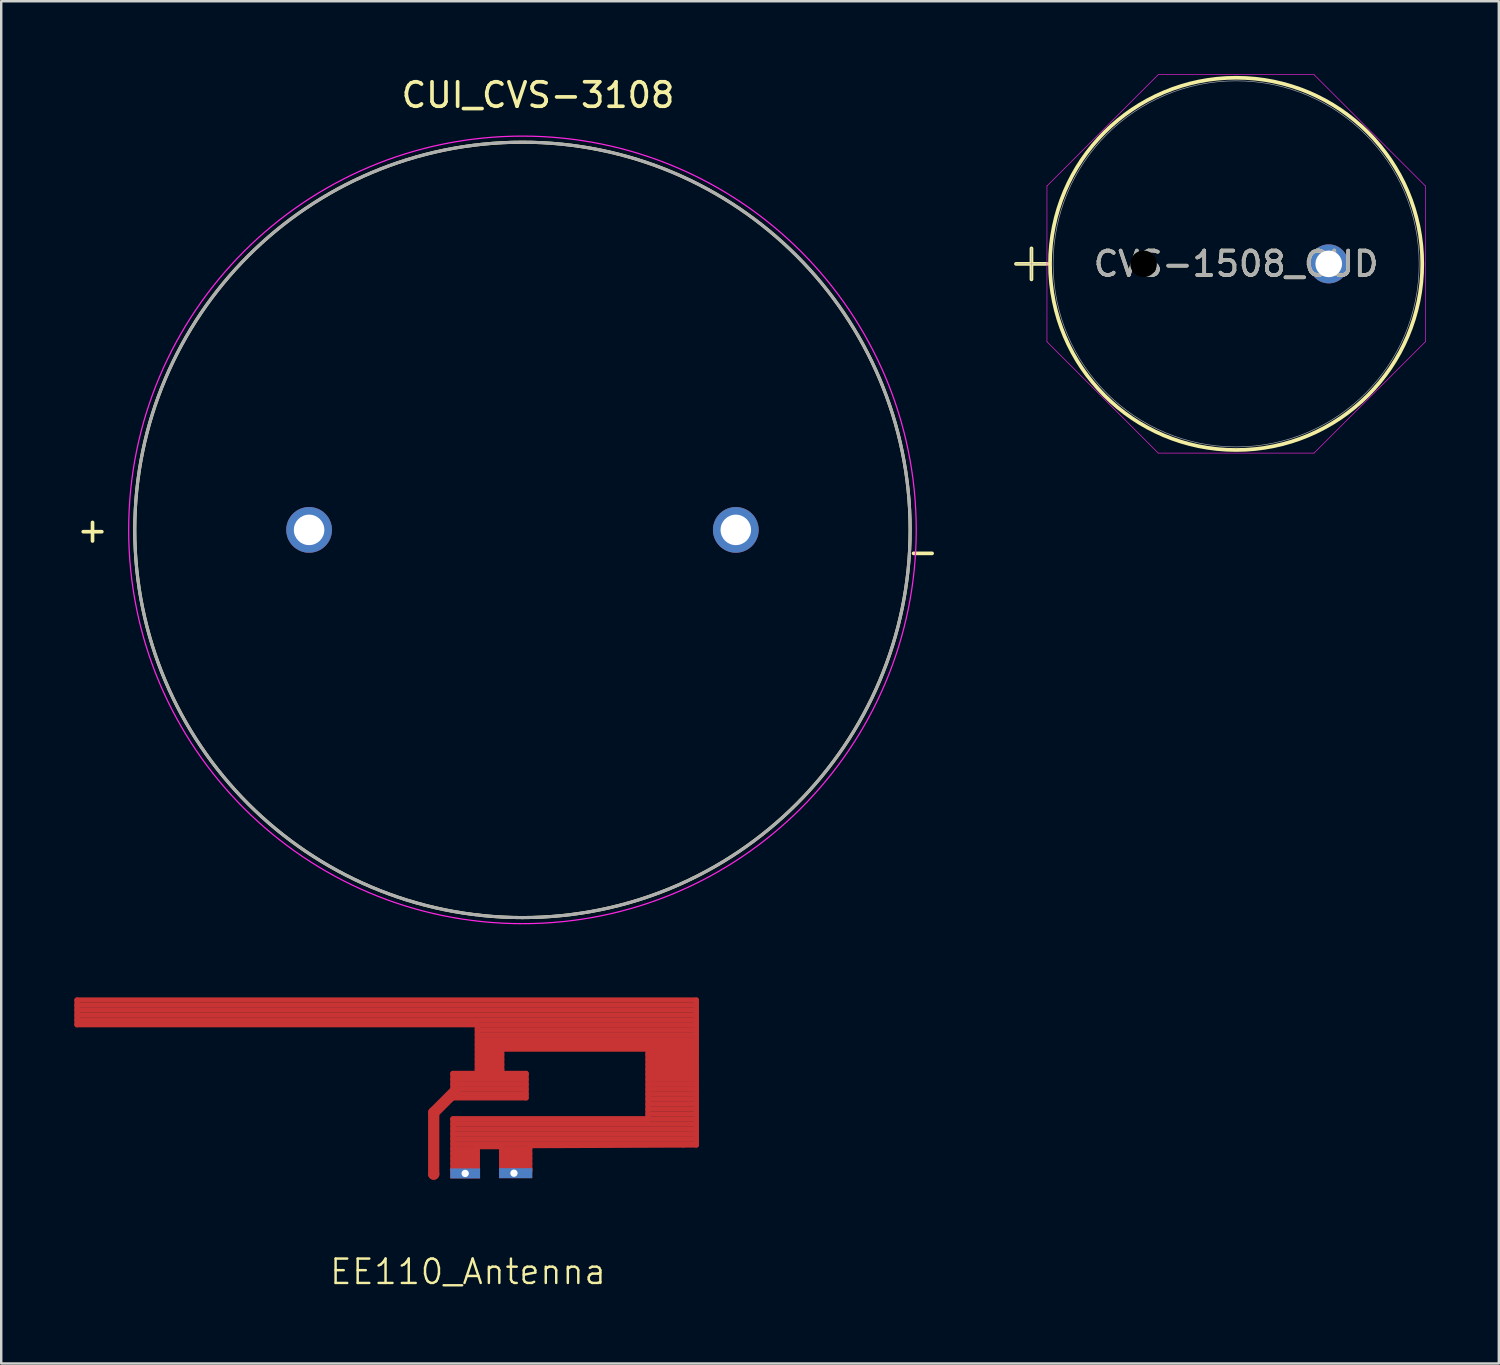
<source format=kicad_pcb>
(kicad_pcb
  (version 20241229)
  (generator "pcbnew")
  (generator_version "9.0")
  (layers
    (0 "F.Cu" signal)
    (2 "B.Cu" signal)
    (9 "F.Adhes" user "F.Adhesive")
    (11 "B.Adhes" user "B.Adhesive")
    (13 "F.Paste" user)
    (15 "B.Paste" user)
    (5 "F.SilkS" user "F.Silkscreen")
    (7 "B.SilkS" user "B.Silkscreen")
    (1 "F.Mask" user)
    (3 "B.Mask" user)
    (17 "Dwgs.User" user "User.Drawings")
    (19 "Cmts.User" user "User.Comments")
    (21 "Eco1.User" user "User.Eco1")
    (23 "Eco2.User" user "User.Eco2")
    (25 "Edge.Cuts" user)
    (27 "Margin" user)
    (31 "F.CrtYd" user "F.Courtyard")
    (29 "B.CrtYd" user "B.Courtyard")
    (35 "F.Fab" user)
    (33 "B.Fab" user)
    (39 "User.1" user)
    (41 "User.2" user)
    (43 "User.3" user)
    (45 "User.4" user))
  (footprint "CVS-1508_CUD"
    (layer "F.Cu")
    (at 43.85 7.772)
    (property "Reference" "CVS-1508_CUD" (at 3.797 0 0) (unlocked yes) (layer "F.SilkS") (effects (font (size 1 1) (thickness 0.15))))
    (attr through_hole)
    (fp_line (start -5.232 0) (end -3.962 0) (stroke (width 0.152) (type solid)) (layer "F.SilkS"))
    (fp_line (start -4.597 -0.635) (end -4.597 0.635) (stroke (width 0.152) (type solid)) (layer "F.SilkS"))
    (fp_circle (center 3.797 0) (end 11.43 0) (stroke (width 0.152) (type solid)) (fill no) (layer "F.SilkS"))
    (fp_line (start -3.962 -3.195) (end 0.602 -7.76) (stroke (width 0.025) (type solid)) (layer "F.CrtYd"))
    (fp_line (start -3.962 3.195) (end -3.962 -3.195) (stroke (width 0.025) (type solid)) (layer "F.CrtYd"))
    (fp_line (start 0.602 -7.76) (end 6.992 -7.76) (stroke (width 0.025) (type solid)) (layer "F.CrtYd"))
    (fp_line (start 0.602 7.76) (end -3.962 3.195) (stroke (width 0.025) (type solid)) (layer "F.CrtYd"))
    (fp_line (start 6.992 -7.76) (end 11.557 -3.195) (stroke (width 0.025) (type solid)) (layer "F.CrtYd"))
    (fp_line (start 6.992 7.76) (end 0.602 7.76) (stroke (width 0.025) (type solid)) (layer "F.CrtYd"))
    (fp_line (start 11.557 -3.195) (end 11.557 3.195) (stroke (width 0.025) (type solid)) (layer "F.CrtYd"))
    (fp_line (start 11.557 3.195) (end 6.992 7.76) (stroke (width 0.025) (type solid)) (layer "F.CrtYd"))
    (fp_line (start -5.232 0) (end -3.962 0) (stroke (width 0.025) (type solid)) (layer "F.Fab"))
    (fp_line (start -4.597 -0.635) (end -4.597 0.635) (stroke (width 0.025) (type solid)) (layer "F.Fab"))
    (fp_circle (center 3.797 0) (end 11.303 0) (stroke (width 0.025) (type solid)) (fill no) (layer "F.Fab"))
    (fp_text user "${REFERENCE}" (at 3.797 0 0) (unlocked yes) (layer "F.Fab") (effects (font (size 1 1) (thickness 0.15))))
    (pad "" np_thru_hole rect (at 0 0) (size 1.6 1.6) (drill 1.092) (layers))
    (pad "2" thru_hole circle (at 7.595 0) (size 1.6 1.6) (drill 1.092) (layers "*.Cu" "*.Mask")))
  (footprint "EE110_Antenna"
    (layer "F.Cu")
    (at 16.408 45.465)
    (property "Reference" "EE110_Antenna" (at -0.265 3.644 0) (unlocked yes) (layer "F.SilkS") (effects (font (size 1 1) (thickness 0.1))))
    (attr smd)
    (fp_line (start -16.3 -7.5) (end -16.3 -6.49) (stroke (width 0.216) (type default)) (layer "F.Cu"))
    (fp_line (start -16.3 -6.49) (end 0.118 -6.49) (stroke (width 0.216) (type default)) (layer "F.Cu"))
    (fp_line (start -1.67 -2.884) (end -0.816 -3.738) (stroke (width 0.46) (type default)) (layer "F.Cu"))
    (fp_line (start -1.67 -0.363) (end -1.67 -2.884) (stroke (width 0.46) (type default)) (layer "F.Cu"))
    (fp_line (start -0.882 -4.49) (end -0.882 -3.49) (stroke (width 0.216) (type default)) (layer "F.Cu"))
    (fp_line (start -0.882 -3.49) (end 2.118 -3.49) (stroke (width 0.216) (type default)) (layer "F.Cu"))
    (fp_line (start -0.882 -2.623) (end -0.882 -0.49) (stroke (width 0.216) (type default)) (layer "F.Cu"))
    (fp_line (start -0.882 -0.49) (end 0.118 -0.49) (stroke (width 0.216) (type default)) (layer "F.Cu"))
    (fp_line (start 0.118 -6.49) (end 0.118 -4.49) (stroke (width 0.216) (type default)) (layer "F.Cu"))
    (fp_line (start 0.118 -4.49) (end -0.882 -4.49) (stroke (width 0.216) (type default)) (layer "F.Cu"))
    (fp_line (start 0.118 -1.49) (end 1.118 -1.49) (stroke (width 0.216) (type default)) (layer "F.Cu"))
    (fp_line (start 0.118 -1.404) (end -0.882 -1.404) (stroke (width 0.216) (type default)) (layer "F.Cu"))
    (fp_line (start 0.118 -1.201) (end -0.882 -1.201) (stroke (width 0.216) (type default)) (layer "F.Cu"))
    (fp_line (start 0.118 -0.998) (end -0.882 -0.998) (stroke (width 0.216) (type default)) (layer "F.Cu"))
    (fp_line (start 0.118 -0.794) (end -0.882 -0.794) (stroke (width 0.216) (type default)) (layer "F.Cu"))
    (fp_line (start 0.118 -0.591) (end -0.882 -0.591) (stroke (width 0.216) (type default)) (layer "F.Cu"))
    (fp_line (start 0.118 -0.49) (end 0.118 -1.49) (stroke (width 0.216) (type default)) (layer "F.Cu"))
    (fp_line (start 1.118 -5.49) (end 7.118 -5.49) (stroke (width 0.216) (type default)) (layer "F.Cu"))
    (fp_line (start 1.118 -5.468) (end 0.118 -5.468) (stroke (width 0.216) (type default)) (layer "F.Cu"))
    (fp_line (start 1.118 -5.265) (end 0.118 -5.265) (stroke (width 0.216) (type default)) (layer "F.Cu"))
    (fp_line (start 1.118 -5.062) (end 0.118 -5.062) (stroke (width 0.216) (type default)) (layer "F.Cu"))
    (fp_line (start 1.118 -4.858) (end 0.118 -4.858) (stroke (width 0.216) (type default)) (layer "F.Cu"))
    (fp_line (start 1.118 -4.655) (end 0.118 -4.655) (stroke (width 0.216) (type default)) (layer "F.Cu"))
    (fp_line (start 1.118 -4.49) (end 1.118 -5.49) (stroke (width 0.216) (type default)) (layer "F.Cu"))
    (fp_line (start 1.118 -1.49) (end 1.118 -0.49) (stroke (width 0.216) (type default)) (layer "F.Cu"))
    (fp_line (start 1.118 -0.49) (end 2.267 -0.49) (stroke (width 0.216) (type default)) (layer "F.Cu"))
    (fp_line (start 2.118 -4.49) (end 1.118 -4.49) (stroke (width 0.216) (type default)) (layer "F.Cu"))
    (fp_line (start 2.118 -4.452) (end -0.882 -4.452) (stroke (width 0.216) (type default)) (layer "F.Cu"))
    (fp_line (start 2.118 -4.249) (end -0.882 -4.249) (stroke (width 0.216) (type default)) (layer "F.Cu"))
    (fp_line (start 2.118 -4.046) (end -0.882 -4.046) (stroke (width 0.216) (type default)) (layer "F.Cu"))
    (fp_line (start 2.118 -3.842) (end -0.882 -3.842) (stroke (width 0.216) (type default)) (layer "F.Cu"))
    (fp_line (start 2.118 -3.639) (end -0.882 -3.639) (stroke (width 0.216) (type default)) (layer "F.Cu"))
    (fp_line (start 2.118 -3.49) (end 2.118 -4.49) (stroke (width 0.216) (type default)) (layer "F.Cu"))
    (fp_line (start 2.267 -1.531) (end 8.567 -1.556) (stroke (width 0.216) (type default)) (layer "F.Cu"))
    (fp_line (start 2.267 -1.404) (end 1.118 -1.404) (stroke (width 0.216) (type default)) (layer "F.Cu"))
    (fp_line (start 2.267 -1.201) (end 1.118 -1.201) (stroke (width 0.216) (type default)) (layer "F.Cu"))
    (fp_line (start 2.267 -0.998) (end 1.118 -0.998) (stroke (width 0.216) (type default)) (layer "F.Cu"))
    (fp_line (start 2.267 -0.794) (end 1.118 -0.794) (stroke (width 0.216) (type default)) (layer "F.Cu"))
    (fp_line (start 2.267 -0.591) (end 1.118 -0.591) (stroke (width 0.216) (type default)) (layer "F.Cu"))
    (fp_line (start 2.267 -0.49) (end 2.267 -1.531) (stroke (width 0.216) (type default)) (layer "F.Cu"))
    (fp_line (start 7.118 -5.49) (end 7.118 -2.623) (stroke (width 0.216) (type default)) (layer "F.Cu"))
    (fp_line (start 7.118 -2.623) (end -0.882 -2.623) (stroke (width 0.216) (type default)) (layer "F.Cu"))
    (fp_line (start 8.567 -1.556) (end 9.1 -1.556) (stroke (width 0.216) (type default)) (layer "F.Cu"))
    (fp_line (start 9.1 -7.5) (end -16.3 -7.5) (stroke (width 0.216) (type default)) (layer "F.Cu"))
    (fp_line (start 9.1 -7.297) (end -16.3 -7.297) (stroke (width 0.216) (type default)) (layer "F.Cu"))
    (fp_line (start 9.1 -7.094) (end -16.3 -7.094) (stroke (width 0.216) (type default)) (layer "F.Cu"))
    (fp_line (start 9.1 -6.89) (end -16.3 -6.89) (stroke (width 0.216) (type default)) (layer "F.Cu"))
    (fp_line (start 9.1 -6.687) (end -16.3 -6.687) (stroke (width 0.216) (type default)) (layer "F.Cu"))
    (fp_line (start 9.1 -6.484) (end 0.118 -6.484) (stroke (width 0.216) (type default)) (layer "F.Cu"))
    (fp_line (start 9.1 -6.281) (end 0.118 -6.281) (stroke (width 0.216) (type default)) (layer "F.Cu"))
    (fp_line (start 9.1 -6.078) (end 0.118 -6.078) (stroke (width 0.216) (type default)) (layer "F.Cu"))
    (fp_line (start 9.1 -5.874) (end 0.118 -5.874) (stroke (width 0.216) (type default)) (layer "F.Cu"))
    (fp_line (start 9.1 -5.671) (end 0.118 -5.671) (stroke (width 0.216) (type default)) (layer "F.Cu"))
    (fp_line (start 9.1 -5.468) (end 7.118 -5.468) (stroke (width 0.216) (type default)) (layer "F.Cu"))
    (fp_line (start 9.1 -5.265) (end 7.118 -5.265) (stroke (width 0.216) (type default)) (layer "F.Cu"))
    (fp_line (start 9.1 -5.062) (end 7.118 -5.062) (stroke (width 0.216) (type default)) (layer "F.Cu"))
    (fp_line (start 9.1 -4.858) (end 7.118 -4.858) (stroke (width 0.216) (type default)) (layer "F.Cu"))
    (fp_line (start 9.1 -4.655) (end 7.118 -4.655) (stroke (width 0.216) (type default)) (layer "F.Cu"))
    (fp_line (start 9.1 -4.452) (end 7.118 -4.452) (stroke (width 0.216) (type default)) (layer "F.Cu"))
    (fp_line (start 9.1 -4.249) (end 7.118 -4.249) (stroke (width 0.216) (type default)) (layer "F.Cu"))
    (fp_line (start 9.1 -4.046) (end 7.118 -4.046) (stroke (width 0.216) (type default)) (layer "F.Cu"))
    (fp_line (start 9.1 -3.842) (end 7.118 -3.842) (stroke (width 0.216) (type default)) (layer "F.Cu"))
    (fp_line (start 9.1 -3.639) (end 7.118 -3.639) (stroke (width 0.216) (type default)) (layer "F.Cu"))
    (fp_line (start 9.1 -3.436) (end 7.118 -3.436) (stroke (width 0.216) (type default)) (layer "F.Cu"))
    (fp_line (start 9.1 -3.233) (end 7.118 -3.233) (stroke (width 0.216) (type default)) (layer "F.Cu"))
    (fp_line (start 9.1 -3.03) (end 7.118 -3.03) (stroke (width 0.216) (type default)) (layer "F.Cu"))
    (fp_line (start 9.1 -2.826) (end 7.118 -2.826) (stroke (width 0.216) (type default)) (layer "F.Cu"))
    (fp_line (start 9.1 -2.623) (end -0.882 -2.623) (stroke (width 0.216) (type default)) (layer "F.Cu"))
    (fp_line (start 9.1 -2.42) (end -0.882 -2.42) (stroke (width 0.216) (type default)) (layer "F.Cu"))
    (fp_line (start 9.1 -2.217) (end -0.882 -2.217) (stroke (width 0.216) (type default)) (layer "F.Cu"))
    (fp_line (start 9.1 -2.014) (end -0.882 -2.014) (stroke (width 0.216) (type default)) (layer "F.Cu"))
    (fp_line (start 9.1 -1.81) (end -0.882 -1.81) (stroke (width 0.216) (type default)) (layer "F.Cu"))
    (fp_line (start 9.1 -1.607) (end -0.882 -1.607) (stroke (width 0.216) (type default)) (layer "F.Cu"))
    (fp_line (start 9.1 -1.556) (end 9.1 -7.5) (stroke (width 0.216) (type default)) (layer "F.Cu"))
    (fp_arc (start -0.815931 -3.851874) (mid -0.701626 -3.7376) (end -0.815931 -3.623274) (stroke (width 0.2159) (type default)) (layer "F.Cu"))
    (fp_arc (start -0.815931 -3.623274) (mid -0.930226 -3.7376) (end -0.815931 -3.851874) (stroke (width 0.2159) (type default)) (layer "F.Cu"))
    (pad "1" connect circle (at -1.67 -0.36) (size 0.46 0.46) (layers "F.Cu" "F.Mask"))
    (pad "2" thru_hole rect (at -0.38 -0.39) (size 1.22 0.41) (drill 0.3) (layers "*.Cu" "*.Mask"))
    (pad "2" thru_hole rect (at 1.62 -0.4) (size 1.36 0.41) (drill 0.3 (offset 0.07 0)) (layers "*.Cu" "*.Mask")))
  (footprint "CUI_CVS-3108"
    (layer "F.Cu")
    (at 18.377 18.682)
    (property "Reference" "CUI_CVS-3108" (at 0.637 -17.832 0) (layer "F.SilkS") (effects (font (size 1.003 1.003) (thickness 0.15))))
    (attr through_hole)
    (fp_circle (center 0 0) (end 15.9 0) (stroke (width 0.127) (type solid)) (fill no) (layer "F.SilkS"))
    (fp_circle (center 0 0) (end 16.15 0) (stroke (width 0.05) (type solid)) (fill no) (layer "F.CrtYd"))
    (fp_circle (center 0 0) (end 15.9 0) (stroke (width 0.127) (type solid)) (fill no) (layer "F.Fab"))
    (fp_text user "-" (at 16.42 0.889 0) (layer "F.SilkS") (effects (font (size 1.001 1.001) (thickness 0.15))))
    (fp_text user "+" (at -17.632 0 0) (layer "F.SilkS") (effects (font (size 1.001 1.001) (thickness 0.15))))
    (pad "N" thru_hole circle (at 8.75 0) (size 1.875 1.875) (drill 1.25) (layers "*.Cu" "*.Mask"))
    (pad "P" thru_hole circle (at -8.75 0) (size 1.875 1.875) (drill 1.25) (layers "*.Cu" "*.Mask")))
  (gr_rect
    (start -3 -3)
    (end 58.42 52.87)
    (stroke (width 0.1) (type default))
    (fill no)
    (layer "Edge.Cuts")))
</source>
